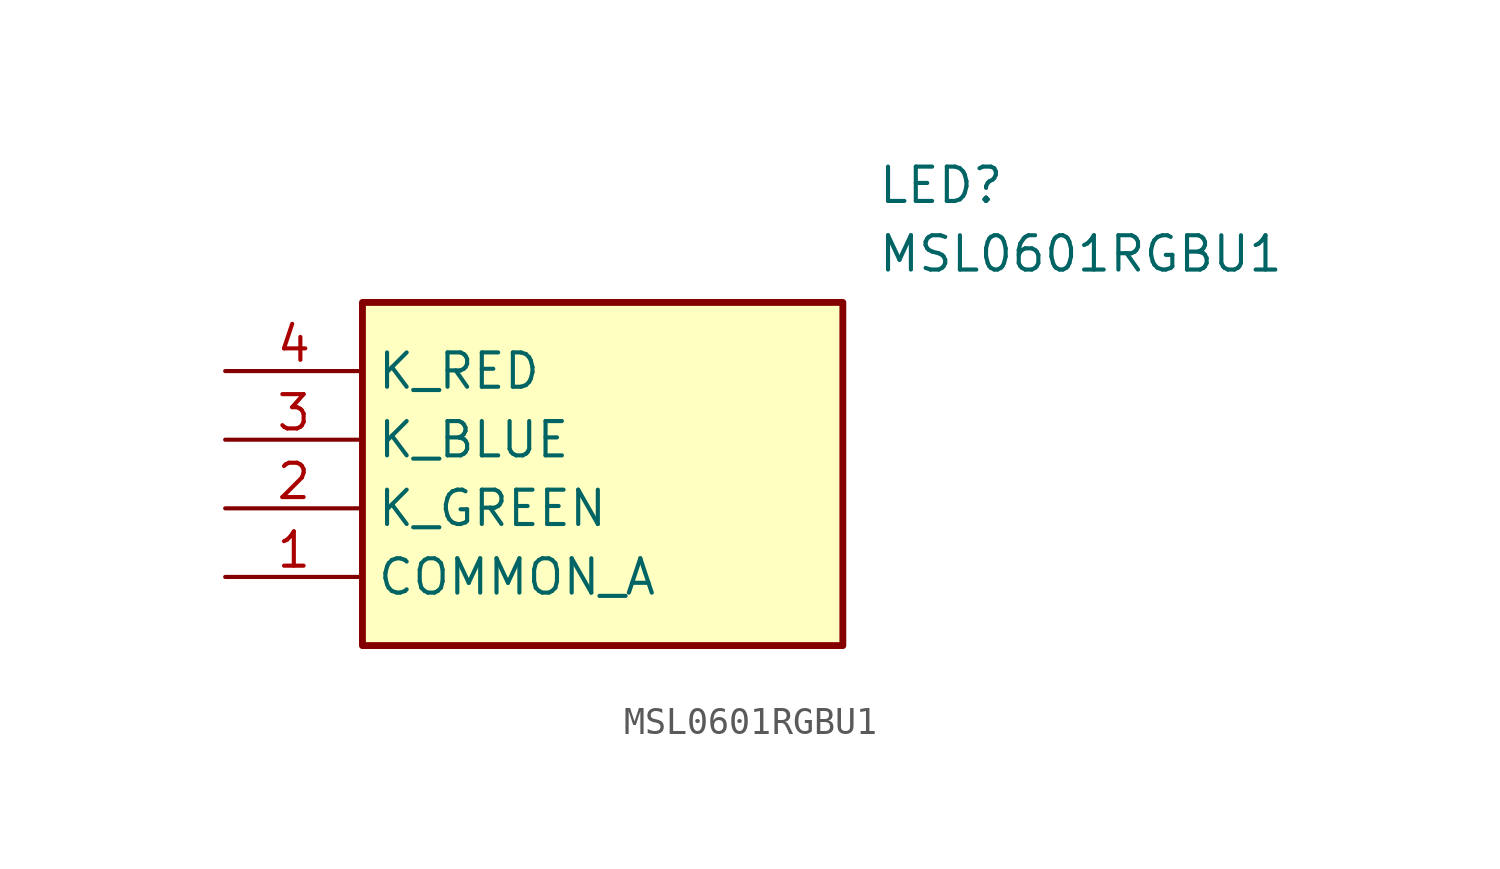
<source format=kicad_sym>
(kicad_symbol_lib
  (version 20220914)
  (generator kicad_symbol_editor)
  (symbol "MSL0601RGBU1"
    (property "Reference" "LED"
      (at 24.13 7.62 0)
      (effects (font (size 1.27 1.27)) (justify left top)))
    (property "Value" "MSL0601RGBU1"
      (at 24.13 5.08 0)
      (effects (font (size 1.27 1.27)) (justify left top)))
    (symbol "MSL0601RGBU1_1_1"
      (rectangle (start 5.08 2.54) (end 22.86 -10.16) (stroke (width 0.254) (type default)) (fill (type background)))
      (pin passive line (at 0 -7.62 0) (length 5.08) (name "COMMON_A" (effects (font (size 1.27 1.27)))) (number "1" (effects (font (size 1.27 1.27)))))
      (pin passive line (at 0 -5.08 0) (length 5.08) (name "K_GREEN" (effects (font (size 1.27 1.27)))) (number "2" (effects (font (size 1.27 1.27)))))
      (pin passive line (at 0 -2.54 0) (length 5.08) (name "K_BLUE" (effects (font (size 1.27 1.27)))) (number "3" (effects (font (size 1.27 1.27)))))
      (pin passive line (at 0 0 0) (length 5.08) (name "K_RED" (effects (font (size 1.27 1.27)))) (number "4" (effects (font (size 1.27 1.27))))))))
</source>
